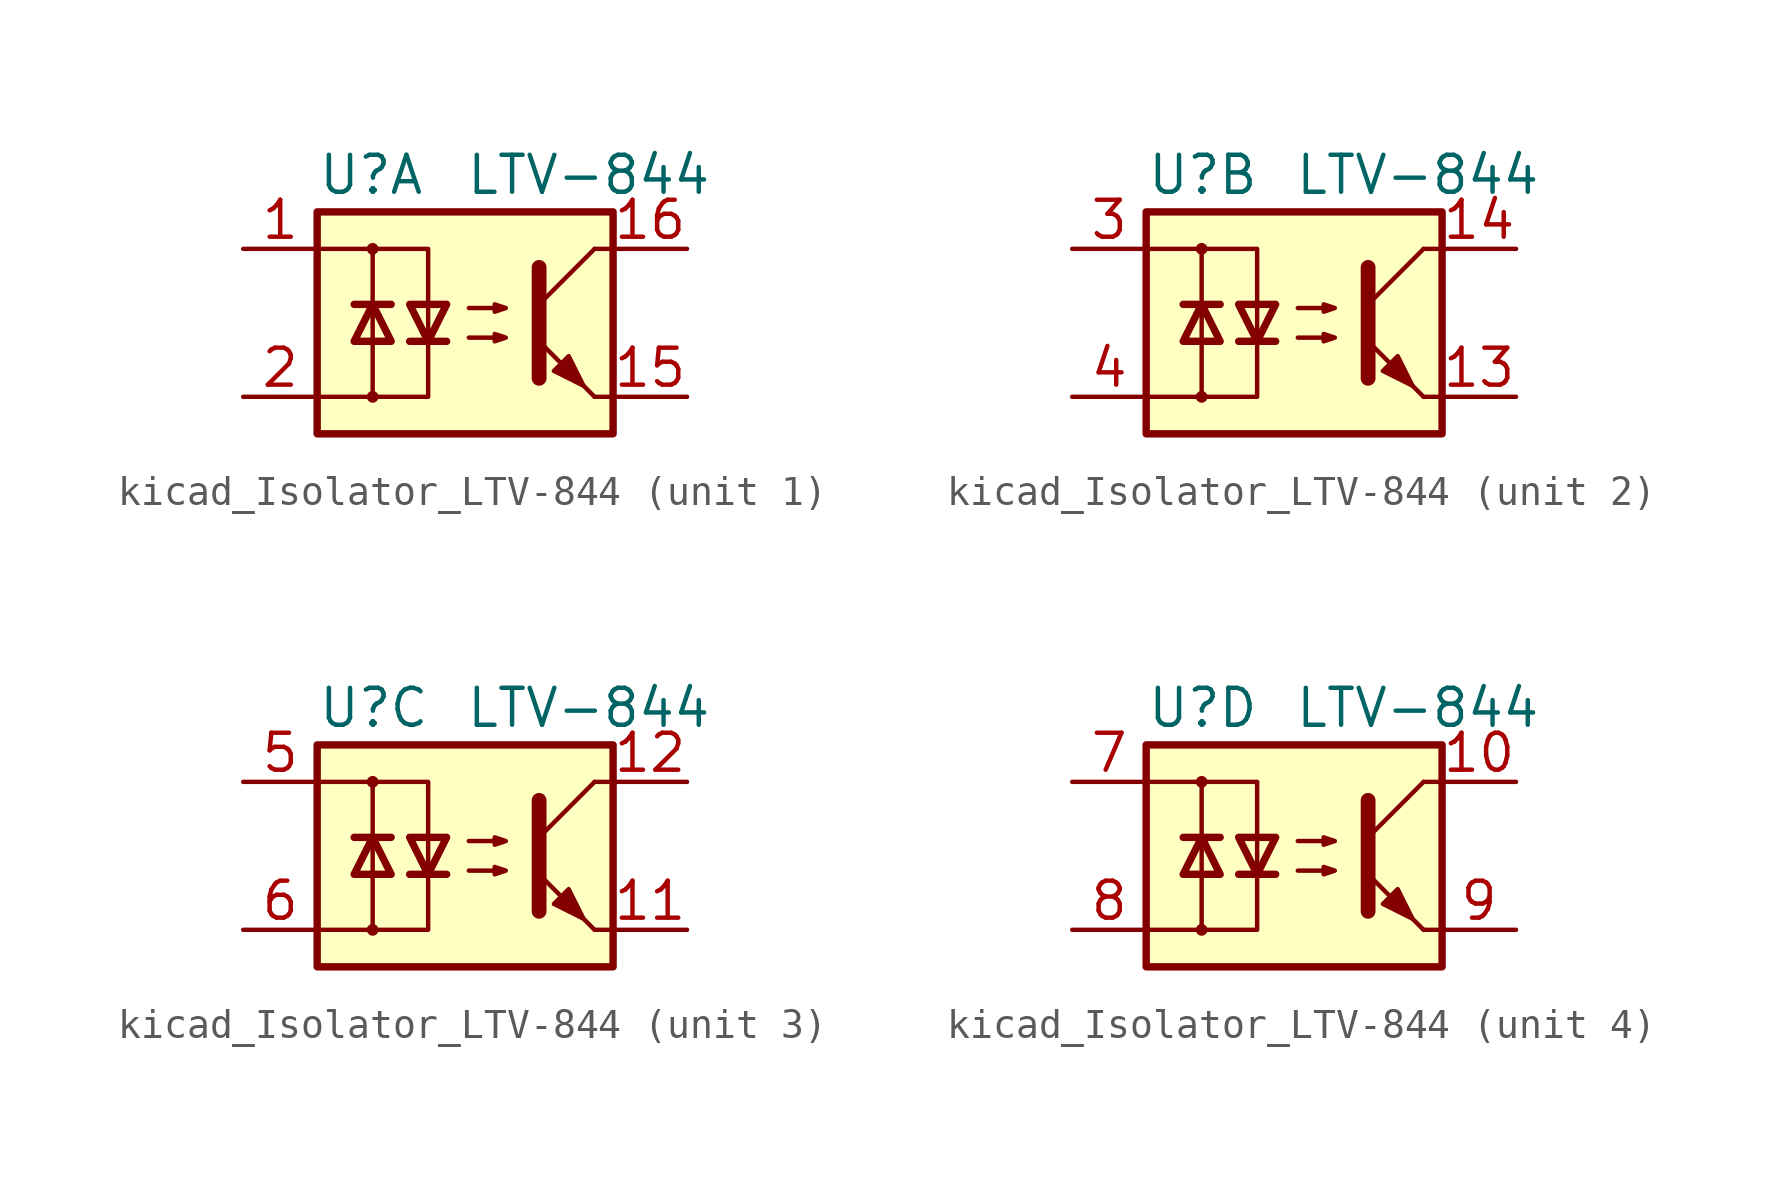
<source format=kicad_sym>
(kicad_symbol_lib
  (version 20220914)
  (generator kicad_symbol_editor)
  (symbol "kicad_Isolator_LTV-844"
    (pin_names
      (offset 1.016))
    (property "Reference" "U"
      (at -5.08 5.08 0)
      (effects (font (size 1.27 1.27)) (justify left)))
    (property "Value" "LTV-844"
      (at 0 5.08 0)
      (effects (font (size 1.27 1.27)) (justify left)))
    (symbol "kicad_Isolator_LTV-844_0_1"
      (rectangle (start -5.08 3.81) (end 5.08 -3.81) (stroke (width 0.254) (type default)) (fill (type background)))
      (circle (center -3.175 -2.54) (radius 0.127) (stroke (width 0) (type default)) (fill (type none)))
      (circle (center -3.175 2.54) (radius 0.127) (stroke (width 0) (type default)) (fill (type none)))
      (polyline (pts (xy -3.81 0.635) (xy -2.54 0.635)) (stroke (width 0.254) (type default)) (fill (type none)))
      (polyline (pts (xy -3.175 0.635) (xy -3.175 -2.54)) (stroke (width 0) (type default)) (fill (type none)))
      (polyline (pts (xy -3.175 0.635) (xy -3.175 2.54)) (stroke (width 0) (type default)) (fill (type none)))
      (polyline (pts (xy -1.905 -0.635) (xy -0.635 -0.635)) (stroke (width 0.254) (type default)) (fill (type none)))
      (polyline (pts (xy 2.54 0.635) (xy 4.445 2.54)) (stroke (width 0) (type default)) (fill (type none)))
      (polyline (pts (xy 4.445 -2.54) (xy 2.54 -0.635)) (stroke (width 0) (type default)) (fill (type outline)))
      (polyline (pts (xy 4.445 -2.54) (xy 5.08 -2.54)) (stroke (width 0) (type default)) (fill (type none)))
      (polyline (pts (xy 4.445 2.54) (xy 5.08 2.54)) (stroke (width 0) (type default)) (fill (type none)))
      (polyline (pts (xy -5.08 2.54) (xy -1.27 2.54) (xy -1.27 -0.635)) (stroke (width 0) (type default)) (fill (type none)))
      (polyline (pts (xy -1.27 -0.635) (xy -1.27 -2.54) (xy -5.08 -2.54)) (stroke (width 0) (type default)) (fill (type none)))
      (polyline (pts (xy 2.54 1.905) (xy 2.54 -1.905) (xy 2.54 -1.905)) (stroke (width 0.508) (type default)) (fill (type none)))
      (polyline (pts (xy -3.175 0.635) (xy -3.81 -0.635) (xy -2.54 -0.635) (xy -3.175 0.635)) (stroke (width 0.254) (type default)) (fill (type none)))
      (polyline (pts (xy -1.27 -0.635) (xy -1.905 0.635) (xy -0.635 0.635) (xy -1.27 -0.635)) (stroke (width 0.254) (type default)) (fill (type none)))
      (polyline (pts (xy 0.127 -0.508) (xy 1.397 -0.508) (xy 1.016 -0.635) (xy 1.016 -0.381) (xy 1.397 -0.508)) (stroke (width 0) (type default)) (fill (type none)))
      (polyline (pts (xy 0.127 0.508) (xy 1.397 0.508) (xy 1.016 0.381) (xy 1.016 0.635) (xy 1.397 0.508)) (stroke (width 0) (type default)) (fill (type none)))
      (polyline (pts (xy 3.048 -1.651) (xy 3.556 -1.143) (xy 4.064 -2.159) (xy 3.048 -1.651) (xy 3.048 -1.651)) (stroke (width 0) (type default)) (fill (type outline))))
    (symbol "kicad_Isolator_LTV-844_1_1"
      (pin passive line (at -7.62 2.54 0) (length 2.54) (name "~" (effects (font (size 1.27 1.27)))) (number "1" (effects (font (size 1.27 1.27)))))
      (pin passive line (at 7.62 -2.54 180) (length 2.54) (name "~" (effects (font (size 1.27 1.27)))) (number "15" (effects (font (size 1.27 1.27)))))
      (pin passive line (at 7.62 2.54 180) (length 2.54) (name "~" (effects (font (size 1.27 1.27)))) (number "16" (effects (font (size 1.27 1.27)))))
      (pin passive line (at -7.62 -2.54 0) (length 2.54) (name "~" (effects (font (size 1.27 1.27)))) (number "2" (effects (font (size 1.27 1.27))))))
    (symbol "kicad_Isolator_LTV-844_2_1"
      (pin passive line (at 7.62 -2.54 180) (length 2.54) (name "~" (effects (font (size 1.27 1.27)))) (number "13" (effects (font (size 1.27 1.27)))))
      (pin passive line (at 7.62 2.54 180) (length 2.54) (name "~" (effects (font (size 1.27 1.27)))) (number "14" (effects (font (size 1.27 1.27)))))
      (pin passive line (at -7.62 2.54 0) (length 2.54) (name "~" (effects (font (size 1.27 1.27)))) (number "3" (effects (font (size 1.27 1.27)))))
      (pin passive line (at -7.62 -2.54 0) (length 2.54) (name "~" (effects (font (size 1.27 1.27)))) (number "4" (effects (font (size 1.27 1.27))))))
    (symbol "kicad_Isolator_LTV-844_3_1"
      (pin passive line (at 7.62 -2.54 180) (length 2.54) (name "~" (effects (font (size 1.27 1.27)))) (number "11" (effects (font (size 1.27 1.27)))))
      (pin passive line (at 7.62 2.54 180) (length 2.54) (name "~" (effects (font (size 1.27 1.27)))) (number "12" (effects (font (size 1.27 1.27)))))
      (pin passive line (at -7.62 2.54 0) (length 2.54) (name "~" (effects (font (size 1.27 1.27)))) (number "5" (effects (font (size 1.27 1.27)))))
      (pin passive line (at -7.62 -2.54 0) (length 2.54) (name "~" (effects (font (size 1.27 1.27)))) (number "6" (effects (font (size 1.27 1.27))))))
    (symbol "kicad_Isolator_LTV-844_4_1"
      (pin passive line (at 7.62 2.54 180) (length 2.54) (name "~" (effects (font (size 1.27 1.27)))) (number "10" (effects (font (size 1.27 1.27)))))
      (pin passive line (at -7.62 2.54 0) (length 2.54) (name "~" (effects (font (size 1.27 1.27)))) (number "7" (effects (font (size 1.27 1.27)))))
      (pin passive line (at -7.62 -2.54 0) (length 2.54) (name "~" (effects (font (size 1.27 1.27)))) (number "8" (effects (font (size 1.27 1.27)))))
      (pin passive line (at 7.62 -2.54 180) (length 2.54) (name "~" (effects (font (size 1.27 1.27)))) (number "9" (effects (font (size 1.27 1.27))))))))
</source>
